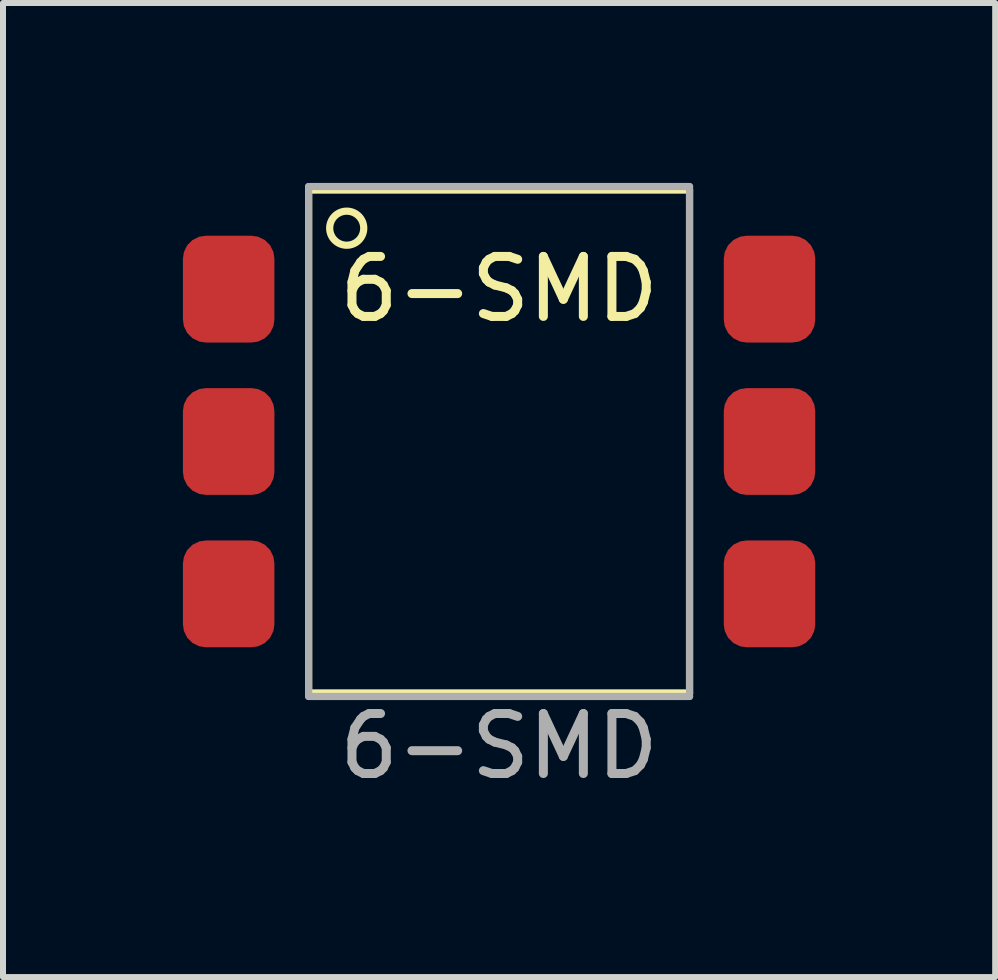
<source format=kicad_pcb>
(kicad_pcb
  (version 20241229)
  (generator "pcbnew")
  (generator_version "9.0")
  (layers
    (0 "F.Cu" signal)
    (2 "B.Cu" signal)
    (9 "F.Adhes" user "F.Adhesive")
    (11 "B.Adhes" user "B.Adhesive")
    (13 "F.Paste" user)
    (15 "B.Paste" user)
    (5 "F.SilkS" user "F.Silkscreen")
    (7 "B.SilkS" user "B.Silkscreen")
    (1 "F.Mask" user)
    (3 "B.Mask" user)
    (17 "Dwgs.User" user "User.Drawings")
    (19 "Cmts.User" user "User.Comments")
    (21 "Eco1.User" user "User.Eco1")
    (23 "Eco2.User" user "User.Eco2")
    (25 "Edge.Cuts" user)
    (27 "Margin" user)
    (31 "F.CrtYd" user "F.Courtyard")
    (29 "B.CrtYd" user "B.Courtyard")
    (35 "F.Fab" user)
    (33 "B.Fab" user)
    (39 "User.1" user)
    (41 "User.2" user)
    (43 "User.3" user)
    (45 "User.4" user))
  (footprint "6-SMD"
    (layer "F.Cu")
    (at 5.27 4.31)
    (property "Reference" "6-SMD" (at 0 -2.54 0) (unlocked yes) (layer "F.SilkS") (effects (font (size 1 1) (thickness 0.15))))
    (attr smd)
    (fp_line (start -3.175 -4.191) (end -3.175 4.191) (stroke (width 0.12) (type solid)) (layer "F.SilkS"))
    (fp_line (start -3.175 4.191) (end 3.175 4.191) (stroke (width 0.12) (type solid)) (layer "F.SilkS"))
    (fp_line (start 3.175 -4.191) (end -3.175 -4.191) (stroke (width 0.12) (type solid)) (layer "F.SilkS"))
    (fp_line (start 3.175 4.191) (end 3.175 -4.191) (stroke (width 0.12) (type solid)) (layer "F.SilkS"))
    (fp_circle (center -2.54 -3.556) (end -2.667 -3.81) (stroke (width 0.12) (type solid)) (fill no) (layer "F.SilkS"))
    (fp_line (start -3.175 -4.25) (end 3.175 -4.25) (stroke (width 0.12) (type solid)) (layer "F.Fab"))
    (fp_line (start -3.175 4.25) (end -3.175 -4.25) (stroke (width 0.12) (type solid)) (layer "F.Fab"))
    (fp_line (start 3.175 -4.25) (end 3.175 4.25) (stroke (width 0.12) (type solid)) (layer "F.Fab"))
    (fp_line (start 3.175 4.25) (end -3.175 4.25) (stroke (width 0.12) (type solid)) (layer "F.Fab"))
    (fp_text user "${REFERENCE}" (at 0 5.08 0) (unlocked yes) (layer "F.Fab") (effects (font (size 1 1) (thickness 0.15))))
    (pad "1" smd roundrect (at -4.508 -2.54) (size 1.525 1.78) (layers "F.Cu" "F.Mask" "F.Paste") (roundrect_rratio 0.25))
    (pad "2" smd roundrect (at -4.508 0) (size 1.525 1.78) (layers "F.Cu" "F.Mask" "F.Paste") (roundrect_rratio 0.25))
    (pad "3" smd roundrect (at -4.508 2.54) (size 1.525 1.78) (layers "F.Cu" "F.Mask" "F.Paste") (roundrect_rratio 0.25))
    (pad "4" smd roundrect (at 4.508 2.54) (size 1.525 1.78) (layers "F.Cu" "F.Mask" "F.Paste") (roundrect_rratio 0.25))
    (pad "5" smd roundrect (at 4.508 0) (size 1.525 1.78) (layers "F.Cu" "F.Mask" "F.Paste") (roundrect_rratio 0.25))
    (pad "6" smd roundrect (at 4.508 -2.54) (size 1.525 1.78) (layers "F.Cu" "F.Mask" "F.Paste") (roundrect_rratio 0.25)))
  (gr_rect
    (start -3 -3)
    (end 13.54 13.238)
    (stroke (width 0.1) (type default))
    (fill no)
    (layer "Edge.Cuts")))
</source>
